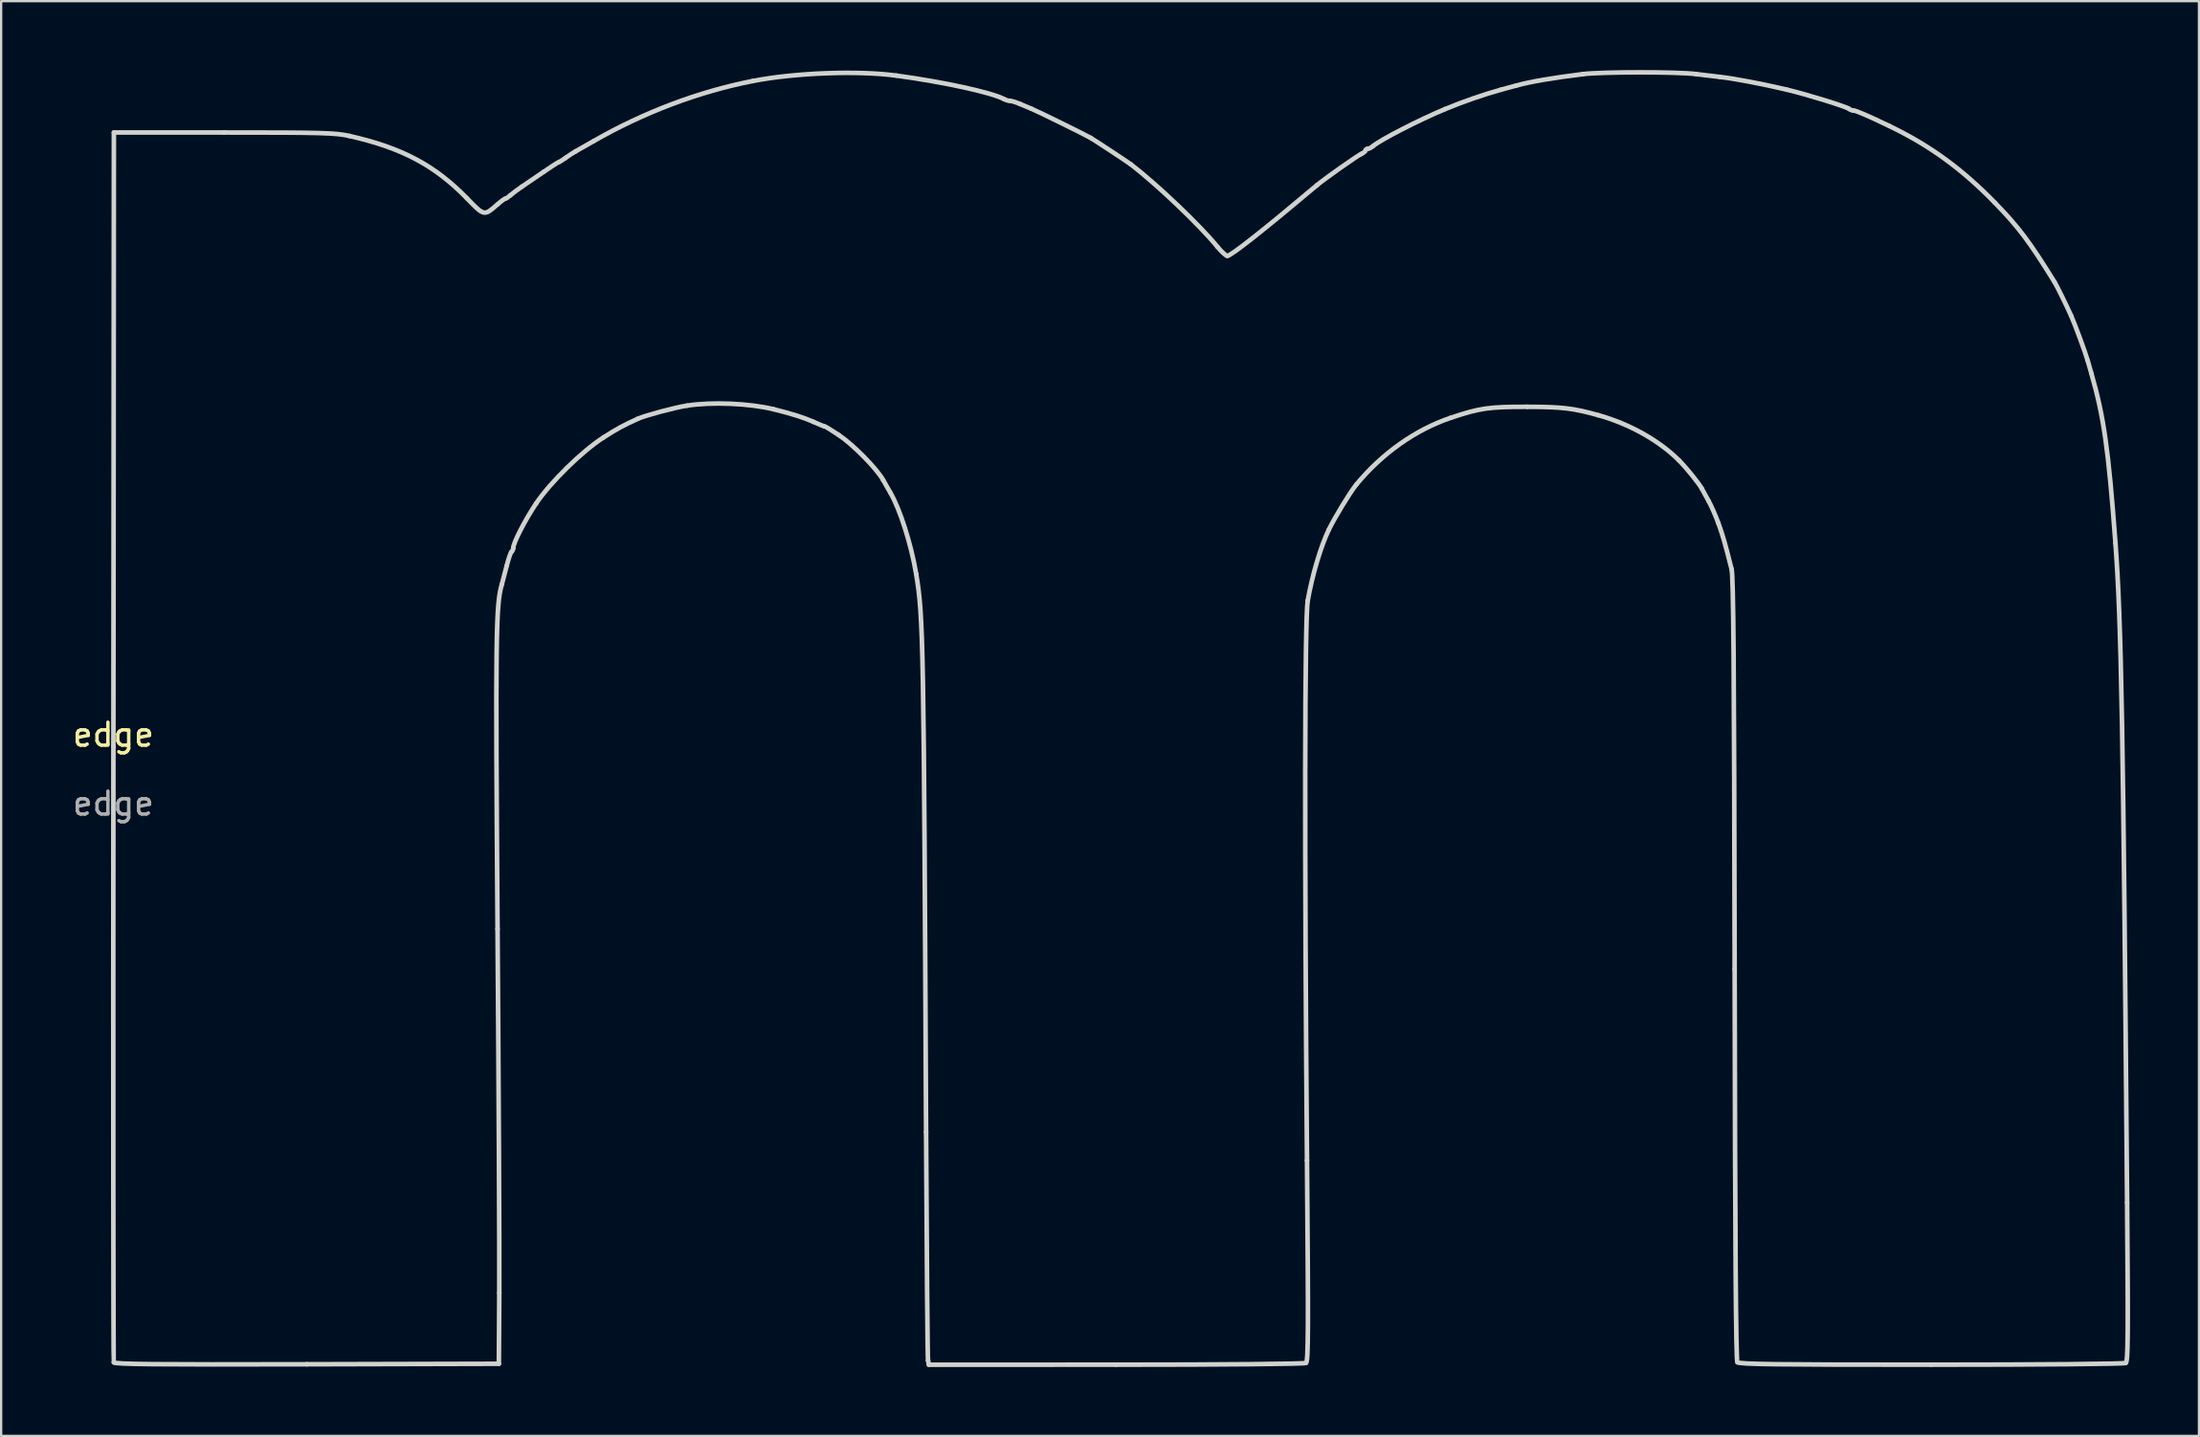
<source format=kicad_pcb>
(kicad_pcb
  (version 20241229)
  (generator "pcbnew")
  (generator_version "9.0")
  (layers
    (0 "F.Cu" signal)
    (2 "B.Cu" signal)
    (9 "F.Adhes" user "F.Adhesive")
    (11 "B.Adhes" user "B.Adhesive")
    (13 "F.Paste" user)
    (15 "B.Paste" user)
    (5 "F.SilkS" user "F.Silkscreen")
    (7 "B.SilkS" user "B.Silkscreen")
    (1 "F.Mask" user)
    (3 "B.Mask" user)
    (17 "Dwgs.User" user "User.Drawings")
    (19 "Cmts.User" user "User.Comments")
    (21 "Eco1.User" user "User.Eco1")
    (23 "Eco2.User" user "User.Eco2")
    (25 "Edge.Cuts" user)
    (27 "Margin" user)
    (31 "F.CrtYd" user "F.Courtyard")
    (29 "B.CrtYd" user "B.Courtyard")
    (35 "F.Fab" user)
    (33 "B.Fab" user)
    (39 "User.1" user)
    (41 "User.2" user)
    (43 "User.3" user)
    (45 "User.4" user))
  (footprint "edge"
    (layer "F.Cu")
    (at 44.915 29.446)
    (property "Reference" "edge" (at -43.028 -0.5 0) (unlocked yes) (layer "F.SilkS") (effects (font (size 1 1) (thickness 0.15))))
    (attr smd)
    (fp_line (start -43.028 0) (end -43.007 -26.726) (stroke (width 0.2) (type solid)) (layer "Edge.Cuts"))
    (fp_line (start -43.007 -26.726) (end -38.212 -26.726) (stroke (width 0.2) (type solid)) (layer "Edge.Cuts"))
    (fp_line (start -26.246 26.893) (end -34.608 26.914) (stroke (width 0.2) (type solid)) (layer "Edge.Cuts"))
    (fp_line (start -26.227 23.807) (end -26.246 26.893) (stroke (width 0.2) (type solid)) (layer "Edge.Cuts"))
    (fp_line (start -7.522 26.935) (end -7.56 26.747) (stroke (width 0.2) (type solid)) (layer "Edge.Cuts"))
    (fp_line (start 0.628 26.933) (end -7.522 26.935) (stroke (width 0.2) (type solid)) (layer "Edge.Cuts"))
    (fp_curve (pts (xy -43.01 26.831) (xy -43.032 26.773) (xy -43.04 14.699) (xy -43.028 0)) (stroke (width 0.2) (type solid)) (layer "Edge.Cuts"))
    (fp_curve (pts (xy -38.212 -26.726) (xy -33.885 -26.726) (xy -33.352 -26.711) (xy -32.75 -26.575)) (stroke (width 0.2) (type solid)) (layer "Edge.Cuts"))
    (fp_curve (pts (xy -34.608 26.914) (xy -41.254 26.931) (xy -42.978 26.914) (xy -43.01 26.831)) (stroke (width 0.2) (type solid)) (layer "Edge.Cuts"))
    (fp_curve (pts (xy -32.75 -26.575) (xy -30.467 -26.058) (xy -29.034 -25.298) (xy -27.64 -23.865)) (stroke (width 0.2) (type solid)) (layer "Edge.Cuts"))
    (fp_curve (pts (xy -27.64 -23.865) (xy -26.872 -23.075) (xy -26.895 -23.079) (xy -26.297 -23.602)) (stroke (width 0.2) (type solid)) (layer "Edge.Cuts"))
    (fp_curve (pts (xy -26.303 7.964) (xy -26.251 14.981) (xy -26.217 22.11) (xy -26.227 23.807)) (stroke (width 0.2) (type solid)) (layer "Edge.Cuts"))
    (fp_curve (pts (xy -26.297 -23.602) (xy -26.142 -23.738) (xy -25.989 -23.849) (xy -25.958 -23.849)) (stroke (width 0.2) (type solid)) (layer "Edge.Cuts"))
    (fp_curve (pts (xy -26.117 -7.046) (xy -26.38 -6.15) (xy -26.396 -4.855) (xy -26.303 7.964)) (stroke (width 0.2) (type solid)) (layer "Edge.Cuts"))
    (fp_curve (pts (xy -25.958 -23.849) (xy -25.927 -23.849) (xy -25.829 -23.915) (xy -25.74 -23.995)) (stroke (width 0.2) (type solid)) (layer "Edge.Cuts"))
    (fp_curve (pts (xy -25.902 -7.863) (xy -25.98 -7.551) (xy -26.077 -7.184) (xy -26.117 -7.046)) (stroke (width 0.2) (type solid)) (layer "Edge.Cuts"))
    (fp_curve (pts (xy -25.74 -23.995) (xy -25.651 -24.075) (xy -25.428 -24.242) (xy -25.245 -24.366)) (stroke (width 0.2) (type solid)) (layer "Edge.Cuts"))
    (fp_curve (pts (xy -25.69 -8.472) (xy -25.729 -8.448) (xy -25.824 -8.174) (xy -25.902 -7.863)) (stroke (width 0.2) (type solid)) (layer "Edge.Cuts"))
    (fp_curve (pts (xy -25.62 -8.63) (xy -25.62 -8.567) (xy -25.652 -8.496) (xy -25.69 -8.472)) (stroke (width 0.2) (type solid)) (layer "Edge.Cuts"))
    (fp_curve (pts (xy -25.245 -24.366) (xy -25.062 -24.49) (xy -24.634 -24.781) (xy -24.295 -25.013)) (stroke (width 0.2) (type solid)) (layer "Edge.Cuts"))
    (fp_curve (pts (xy -24.625 -10.568) (xy -25.11 -9.844) (xy -25.62 -8.85) (xy -25.62 -8.63)) (stroke (width 0.2) (type solid)) (layer "Edge.Cuts"))
    (fp_curve (pts (xy -24.295 -25.013) (xy -23.957 -25.244) (xy -23.662 -25.434) (xy -23.641 -25.434)) (stroke (width 0.2) (type solid)) (layer "Edge.Cuts"))
    (fp_curve (pts (xy -23.641 -25.434) (xy -23.62 -25.434) (xy -23.485 -25.518) (xy -23.341 -25.621)) (stroke (width 0.2) (type solid)) (layer "Edge.Cuts"))
    (fp_curve (pts (xy -23.341 -25.621) (xy -23.197 -25.724) (xy -23.004 -25.85) (xy -22.911 -25.901)) (stroke (width 0.2) (type solid)) (layer "Edge.Cuts"))
    (fp_curve (pts (xy -22.911 -25.901) (xy -22.819 -25.952) (xy -22.462 -26.155) (xy -22.118 -26.353)) (stroke (width 0.2) (type solid)) (layer "Edge.Cuts"))
    (fp_curve (pts (xy -22.118 -26.353) (xy -19.939 -27.603) (xy -17.552 -28.505) (xy -15.197 -28.967)) (stroke (width 0.2) (type solid)) (layer "Edge.Cuts"))
    (fp_curve (pts (xy -21.692 -13.445) (xy -22.622 -12.849) (xy -24.007 -11.492) (xy -24.625 -10.568)) (stroke (width 0.2) (type solid)) (layer "Edge.Cuts"))
    (fp_curve (pts (xy -20.2 -14.257) (xy -20.824 -13.975) (xy -21.084 -13.834) (xy -21.692 -13.445)) (stroke (width 0.2) (type solid)) (layer "Edge.Cuts"))
    (fp_curve (pts (xy -18.051 -14.833) (xy -18.591 -14.75) (xy -19.867 -14.408) (xy -20.2 -14.257)) (stroke (width 0.2) (type solid)) (layer "Edge.Cuts"))
    (fp_curve (pts (xy -15.197 -28.967) (xy -13.369 -29.326) (xy -10.615 -29.43) (xy -8.943 -29.204)) (stroke (width 0.2) (type solid)) (layer "Edge.Cuts"))
    (fp_curve (pts (xy -14.279 -14.673) (xy -15.331 -14.932) (xy -16.963 -15.001) (xy -18.051 -14.833)) (stroke (width 0.2) (type solid)) (layer "Edge.Cuts"))
    (fp_curve (pts (xy -12.547 -14.125) (xy -12.948 -14.306) (xy -13.501 -14.481) (xy -14.279 -14.673)) (stroke (width 0.2) (type solid)) (layer "Edge.Cuts"))
    (fp_curve (pts (xy -12.058 -13.926) (xy -12.085 -13.926) (xy -12.305 -14.015) (xy -12.547 -14.125)) (stroke (width 0.2) (type solid)) (layer "Edge.Cuts"))
    (fp_curve (pts (xy -11.441 -13.548) (xy -11.753 -13.756) (xy -12.031 -13.926) (xy -12.058 -13.926)) (stroke (width 0.2) (type solid)) (layer "Edge.Cuts"))
    (fp_curve (pts (xy -9.518 -11.597) (xy -9.783 -12.08) (xy -10.828 -13.141) (xy -11.441 -13.548)) (stroke (width 0.2) (type solid)) (layer "Edge.Cuts"))
    (fp_curve (pts (xy -9.206 -11.049) (xy -9.288 -11.187) (xy -9.429 -11.433) (xy -9.518 -11.597)) (stroke (width 0.2) (type solid)) (layer "Edge.Cuts"))
    (fp_curve (pts (xy -8.943 -29.204) (xy -6.88 -28.925) (xy -4.776 -28.466) (xy -4.253 -28.181)) (stroke (width 0.2) (type solid)) (layer "Edge.Cuts"))
    (fp_curve (pts (xy -8.078 -7.505) (xy -8.295 -8.799) (xy -8.785 -10.34) (xy -9.206 -11.049)) (stroke (width 0.2) (type solid)) (layer "Edge.Cuts"))
    (fp_curve (pts (xy -7.645 16.803) (xy -7.748 -4.763) (xy -7.763 -5.617) (xy -8.078 -7.505)) (stroke (width 0.2) (type solid)) (layer "Edge.Cuts"))
    (fp_curve (pts (xy -7.56 26.747) (xy -7.581 26.644) (xy -7.619 22.169) (xy -7.645 16.803)) (stroke (width 0.2) (type solid)) (layer "Edge.Cuts"))
    (fp_curve (pts (xy -4.253 -28.181) (xy -4.173 -28.138) (xy -4.053 -28.102) (xy -3.985 -28.102)) (stroke (width 0.2) (type solid)) (layer "Edge.Cuts"))
    (fp_curve (pts (xy -3.985 -28.102) (xy -3.917 -28.102) (xy -3.719 -28.041) (xy -3.546 -27.965)) (stroke (width 0.2) (type solid)) (layer "Edge.Cuts"))
    (fp_curve (pts (xy -3.546 -27.965) (xy -3.372 -27.89) (xy -3.155 -27.799) (xy -3.064 -27.763)) (stroke (width 0.2) (type solid)) (layer "Edge.Cuts"))
    (fp_curve (pts (xy -3.064 -27.763) (xy -2.843 -27.676) (xy -0.692 -26.618) (xy -0.478 -26.491)) (stroke (width 0.2) (type solid)) (layer "Edge.Cuts"))
    (fp_curve (pts (xy -0.478 -26.491) (xy -0.283 -26.376) (xy 1.15 -25.431) (xy 1.273 -25.337)) (stroke (width 0.2) (type solid)) (layer "Edge.Cuts"))
    (fp_curve (pts (xy 1.273 -25.337) (xy 2.425 -24.45) (xy 4.262 -22.7) (xy 5.039 -21.749)) (stroke (width 0.2) (type solid)) (layer "Edge.Cuts"))
    (fp_curve (pts (xy 5.039 -21.749) (xy 5.215 -21.534) (xy 5.409 -21.356) (xy 5.471 -21.353)) (stroke (width 0.2) (type solid)) (layer "Edge.Cuts"))
    (fp_curve (pts (xy 5.471 -21.353) (xy 5.617 -21.346) (xy 7.085 -22.504) (xy 9.367 -24.427)) (stroke (width 0.2) (type solid)) (layer "Edge.Cuts"))
    (fp_curve (pts (xy 8.895 26.858) (xy 8.828 26.9) (xy 5.259 26.933) (xy 0.628 26.933)) (stroke (width 0.2) (type solid)) (layer "Edge.Cuts"))
    (fp_curve (pts (xy 8.939 18.041) (xy 9.002 25.528) (xy 8.996 26.794) (xy 8.895 26.858)) (stroke (width 0.2) (type solid)) (layer "Edge.Cuts"))
    (fp_curve (pts (xy 8.971 -6.338) (xy 8.838 -5.583) (xy 8.825 4.423) (xy 8.939 18.041)) (stroke (width 0.2) (type solid)) (layer "Edge.Cuts"))
    (fp_curve (pts (xy 9.367 -24.427) (xy 9.698 -24.706) (xy 11.114 -25.705) (xy 11.3 -25.791)) (stroke (width 0.2) (type solid)) (layer "Edge.Cuts"))
    (fp_curve (pts (xy 9.886 -9.423) (xy 9.536 -8.697) (xy 9.168 -7.455) (xy 8.971 -6.338)) (stroke (width 0.2) (type solid)) (layer "Edge.Cuts"))
    (fp_curve (pts (xy 11.092 -11.401) (xy 10.828 -11.08) (xy 10.148 -9.966) (xy 9.886 -9.423)) (stroke (width 0.2) (type solid)) (layer "Edge.Cuts"))
    (fp_curve (pts (xy 11.3 -25.791) (xy 11.403 -25.838) (xy 11.488 -25.909) (xy 11.488 -25.947)) (stroke (width 0.2) (type solid)) (layer "Edge.Cuts"))
    (fp_curve (pts (xy 11.488 -25.947) (xy 11.488 -25.986) (xy 11.532 -26.017) (xy 11.585 -26.017)) (stroke (width 0.2) (type solid)) (layer "Edge.Cuts"))
    (fp_curve (pts (xy 11.585 -26.017) (xy 11.639 -26.017) (xy 11.742 -26.07) (xy 11.815 -26.134)) (stroke (width 0.2) (type solid)) (layer "Edge.Cuts"))
    (fp_curve (pts (xy 11.815 -26.134) (xy 12.112 -26.398) (xy 13.84 -27.285) (xy 14.948 -27.744)) (stroke (width 0.2) (type solid)) (layer "Edge.Cuts"))
    (fp_curve (pts (xy 14.948 -27.744) (xy 15.759 -28.08) (xy 16.665 -28.394) (xy 17.387 -28.59)) (stroke (width 0.2) (type solid)) (layer "Edge.Cuts"))
    (fp_curve (pts (xy 15.199 -14.302) (xy 13.67 -13.788) (xy 12.216 -12.761) (xy 11.092 -11.401)) (stroke (width 0.2) (type solid)) (layer "Edge.Cuts"))
    (fp_curve (pts (xy 17.387 -28.59) (xy 17.582 -28.643) (xy 17.883 -28.724) (xy 18.055 -28.772)) (stroke (width 0.2) (type solid)) (layer "Edge.Cuts"))
    (fp_curve (pts (xy 18.055 -28.772) (xy 18.678 -28.943) (xy 19.621 -29.104) (xy 20.952 -29.269)) (stroke (width 0.2) (type solid)) (layer "Edge.Cuts"))
    (fp_curve (pts (xy 18.534 -14.78) (xy 16.859 -14.784) (xy 16.467 -14.728) (xy 15.199 -14.302)) (stroke (width 0.2) (type solid)) (layer "Edge.Cuts"))
    (fp_curve (pts (xy 20.952 -29.269) (xy 21.776 -29.371) (xy 25.079 -29.372) (xy 25.872 -29.271)) (stroke (width 0.2) (type solid)) (layer "Edge.Cuts"))
    (fp_curve (pts (xy 21.619 -14.416) (xy 20.514 -14.724) (xy 20.079 -14.775) (xy 18.534 -14.78)) (stroke (width 0.2) (type solid)) (layer "Edge.Cuts"))
    (fp_curve (pts (xy 25.131 -12.452) (xy 24.26 -13.319) (xy 22.972 -14.04) (xy 21.619 -14.416)) (stroke (width 0.2) (type solid)) (layer "Edge.Cuts"))
    (fp_curve (pts (xy 25.872 -29.271) (xy 26.193 -29.23) (xy 26.662 -29.174) (xy 26.915 -29.146)) (stroke (width 0.2) (type solid)) (layer "Edge.Cuts"))
    (fp_curve (pts (xy 26.128 -11.219) (xy 26.014 -11.435) (xy 25.444 -12.14) (xy 25.131 -12.452)) (stroke (width 0.2) (type solid)) (layer "Edge.Cuts"))
    (fp_curve (pts (xy 26.427 -10.674) (xy 26.312 -10.88) (xy 26.177 -11.125) (xy 26.128 -11.219)) (stroke (width 0.2) (type solid)) (layer "Edge.Cuts"))
    (fp_curve (pts (xy 26.848 -9.715) (xy 26.731 -10.036) (xy 26.542 -10.467) (xy 26.427 -10.674)) (stroke (width 0.2) (type solid)) (layer "Edge.Cuts"))
    (fp_curve (pts (xy 26.915 -29.146) (xy 27.521 -29.08) (xy 28.788 -28.839) (xy 29.833 -28.591)) (stroke (width 0.2) (type solid)) (layer "Edge.Cuts"))
    (fp_curve (pts (xy 27.424 -7.713) (xy 27.136 -8.858) (xy 27.044 -9.177) (xy 26.848 -9.715)) (stroke (width 0.2) (type solid)) (layer "Edge.Cuts"))
    (fp_curve (pts (xy 27.558 9.709) (xy 27.535 -3.61) (xy 27.506 -7.387) (xy 27.424 -7.713)) (stroke (width 0.2) (type solid)) (layer "Edge.Cuts"))
    (fp_curve (pts (xy 27.678 26.825) (xy 27.613 26.746) (xy 27.578 21.844) (xy 27.558 9.709)) (stroke (width 0.2) (type solid)) (layer "Edge.Cuts"))
    (fp_curve (pts (xy 29.833 -28.591) (xy 30.697 -28.386) (xy 32.43 -27.85) (xy 32.539 -27.755)) (stroke (width 0.2) (type solid)) (layer "Edge.Cuts"))
    (fp_curve (pts (xy 32.539 -27.755) (xy 32.583 -27.716) (xy 32.666 -27.685) (xy 32.725 -27.685)) (stroke (width 0.2) (type solid)) (layer "Edge.Cuts"))
    (fp_curve (pts (xy 32.725 -27.685) (xy 32.832 -27.685) (xy 33.386 -27.446) (xy 34.295 -27.008)) (stroke (width 0.2) (type solid)) (layer "Edge.Cuts"))
    (fp_curve (pts (xy 34.295 -27.008) (xy 36.057 -26.159) (xy 37.454 -25.143) (xy 38.889 -23.667)) (stroke (width 0.2) (type solid)) (layer "Edge.Cuts"))
    (fp_curve (pts (xy 36.118 26.933) (xy 29.315 26.934) (xy 27.752 26.914) (xy 27.678 26.825)) (stroke (width 0.2) (type solid)) (layer "Edge.Cuts"))
    (fp_curve (pts (xy 38.889 -23.667) (xy 39.929 -22.597) (xy 40.388 -21.987) (xy 41.483 -20.217)) (stroke (width 0.2) (type solid)) (layer "Edge.Cuts"))
    (fp_curve (pts (xy 41.483 -20.217) (xy 41.591 -20.043) (xy 41.98 -19.251) (xy 42.207 -18.746)) (stroke (width 0.2) (type solid)) (layer "Edge.Cuts"))
    (fp_curve (pts (xy 42.207 -18.746) (xy 42.381 -18.358) (xy 42.83 -17.141) (xy 42.932 -16.782)) (stroke (width 0.2) (type solid)) (layer "Edge.Cuts"))
    (fp_curve (pts (xy 42.932 -16.782) (xy 42.974 -16.633) (xy 43.044 -16.389) (xy 43.087 -16.24)) (stroke (width 0.2) (type solid)) (layer "Edge.Cuts"))
    (fp_curve (pts (xy 43.087 -16.24) (xy 43.636 -14.331) (xy 43.83 -12.96) (xy 44.137 -8.839)) (stroke (width 0.2) (type solid)) (layer "Edge.Cuts"))
    (fp_curve (pts (xy 44.137 -8.839) (xy 44.395 -5.377) (xy 44.474 -0.876) (xy 44.645 19.875)) (stroke (width 0.2) (type solid)) (layer "Edge.Cuts"))
    (fp_curve (pts (xy 44.585 26.858) (xy 44.519 26.9) (xy 40.843 26.933) (xy 36.118 26.933)) (stroke (width 0.2) (type solid)) (layer "Edge.Cuts"))
    (fp_curve (pts (xy 44.645 19.875) (xy 44.694 25.76) (xy 44.685 26.795) (xy 44.585 26.858)) (stroke (width 0.2) (type solid)) (layer "Edge.Cuts"))
    (fp_text user "${REFERENCE}" (at -43.028 2.5 0) (unlocked yes) (layer "F.Fab") (effects (font (size 1 1) (thickness 0.15)))))
  (gr_rect
    (start -3 -3)
    (end 92.688 59.48)
    (stroke (width 0.1) (type default))
    (fill no)
    (layer "Edge.Cuts")))
</source>
